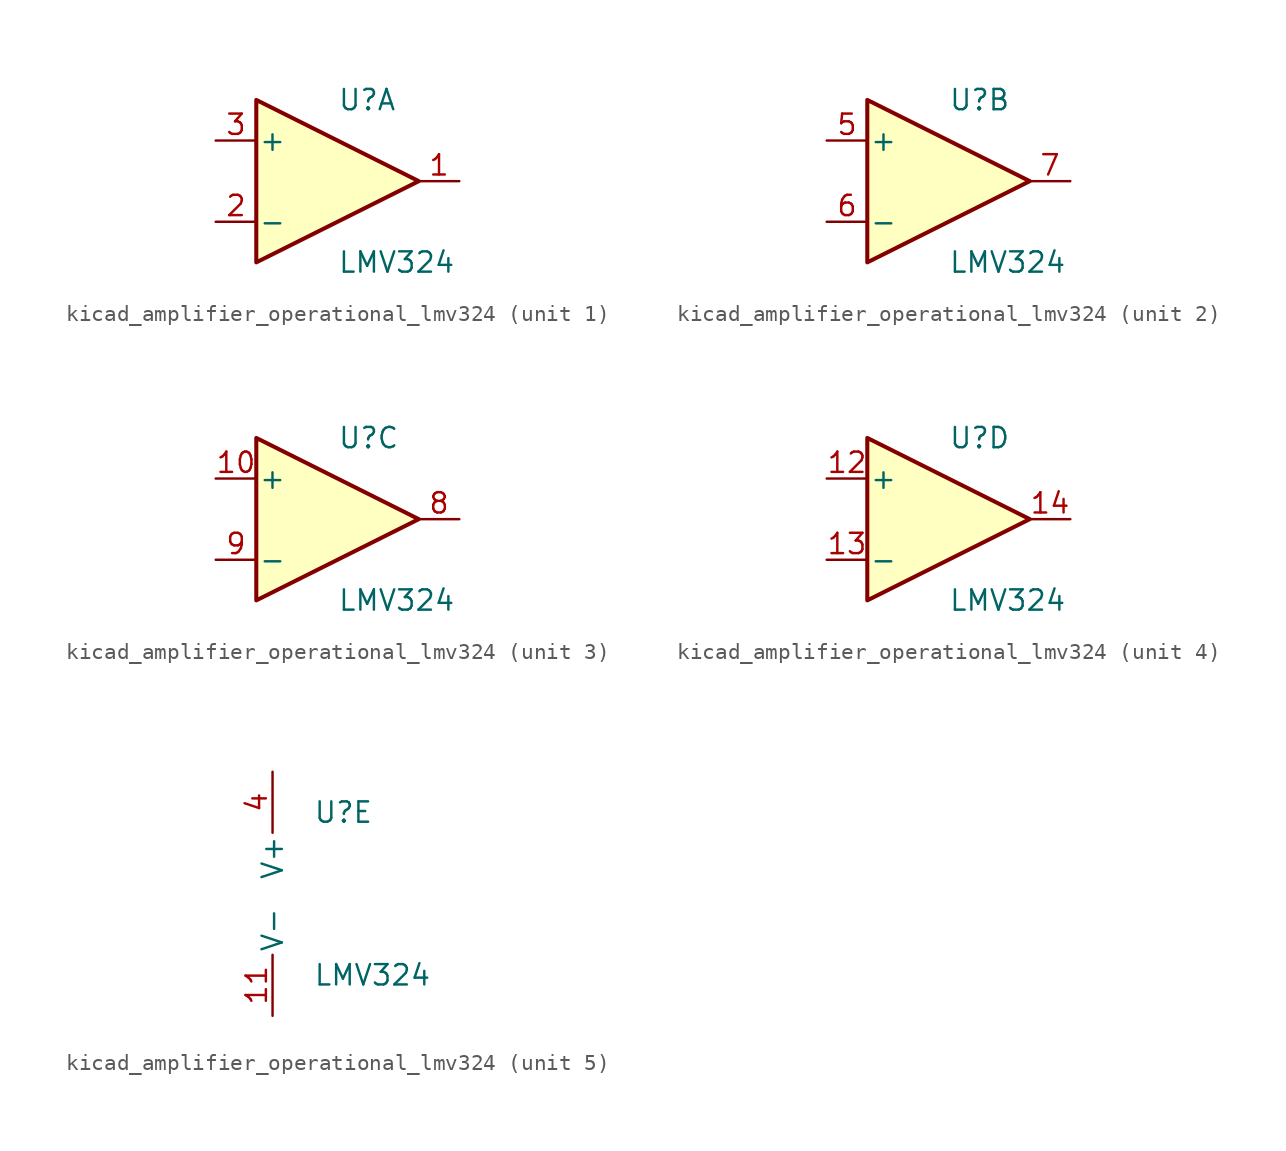
<source format=kicad_sym>
(kicad_symbol_lib
  (version 20220914)
  (generator kicad_symbol_editor)
  (symbol "kicad_amplifier_operational_lmv324"
    (pin_names
      (offset 0.127))
    (property "Reference" "U"
      (at 0 5.08 0)
      (effects (font (size 1.27 1.27)) (justify left)))
    (property "Value" "LMV324"
      (at 0 -5.08 0)
      (effects (font (size 1.27 1.27)) (justify left)))
    (property "ki_locked" ""
      (at 0 0 0)
      (effects (font (size 1.27 1.27))))
    (symbol "kicad_amplifier_operational_lmv324_1_1"
      (polyline (pts (xy -5.08 5.08) (xy 5.08 0) (xy -5.08 -5.08) (xy -5.08 5.08)) (stroke (width 0.254) (type default)) (fill (type background)))
      (pin output line (at 7.62 0 180) (length 2.54) (name "~" (effects (font (size 1.27 1.27)))) (number "1" (effects (font (size 1.27 1.27)))))
      (pin input line (at -7.62 -2.54 0) (length 2.54) (name "-" (effects (font (size 1.27 1.27)))) (number "2" (effects (font (size 1.27 1.27)))))
      (pin input line (at -7.62 2.54 0) (length 2.54) (name "+" (effects (font (size 1.27 1.27)))) (number "3" (effects (font (size 1.27 1.27))))))
    (symbol "kicad_amplifier_operational_lmv324_2_1"
      (polyline (pts (xy -5.08 5.08) (xy 5.08 0) (xy -5.08 -5.08) (xy -5.08 5.08)) (stroke (width 0.254) (type default)) (fill (type background)))
      (pin input line (at -7.62 2.54 0) (length 2.54) (name "+" (effects (font (size 1.27 1.27)))) (number "5" (effects (font (size 1.27 1.27)))))
      (pin input line (at -7.62 -2.54 0) (length 2.54) (name "-" (effects (font (size 1.27 1.27)))) (number "6" (effects (font (size 1.27 1.27)))))
      (pin output line (at 7.62 0 180) (length 2.54) (name "~" (effects (font (size 1.27 1.27)))) (number "7" (effects (font (size 1.27 1.27))))))
    (symbol "kicad_amplifier_operational_lmv324_3_1"
      (polyline (pts (xy -5.08 5.08) (xy 5.08 0) (xy -5.08 -5.08) (xy -5.08 5.08)) (stroke (width 0.254) (type default)) (fill (type background)))
      (pin input line (at -7.62 2.54 0) (length 2.54) (name "+" (effects (font (size 1.27 1.27)))) (number "10" (effects (font (size 1.27 1.27)))))
      (pin output line (at 7.62 0 180) (length 2.54) (name "~" (effects (font (size 1.27 1.27)))) (number "8" (effects (font (size 1.27 1.27)))))
      (pin input line (at -7.62 -2.54 0) (length 2.54) (name "-" (effects (font (size 1.27 1.27)))) (number "9" (effects (font (size 1.27 1.27))))))
    (symbol "kicad_amplifier_operational_lmv324_4_1"
      (polyline (pts (xy -5.08 5.08) (xy 5.08 0) (xy -5.08 -5.08) (xy -5.08 5.08)) (stroke (width 0.254) (type default)) (fill (type background)))
      (pin input line (at -7.62 2.54 0) (length 2.54) (name "+" (effects (font (size 1.27 1.27)))) (number "12" (effects (font (size 1.27 1.27)))))
      (pin input line (at -7.62 -2.54 0) (length 2.54) (name "-" (effects (font (size 1.27 1.27)))) (number "13" (effects (font (size 1.27 1.27)))))
      (pin output line (at 7.62 0 180) (length 2.54) (name "~" (effects (font (size 1.27 1.27)))) (number "14" (effects (font (size 1.27 1.27))))))
    (symbol "kicad_amplifier_operational_lmv324_5_1"
      (pin power_in line (at -2.54 -7.62 90) (length 3.81) (name "V-" (effects (font (size 1.27 1.27)))) (number "11" (effects (font (size 1.27 1.27)))))
      (pin power_in line (at -2.54 7.62 270) (length 3.81) (name "V+" (effects (font (size 1.27 1.27)))) (number "4" (effects (font (size 1.27 1.27))))))))
</source>
